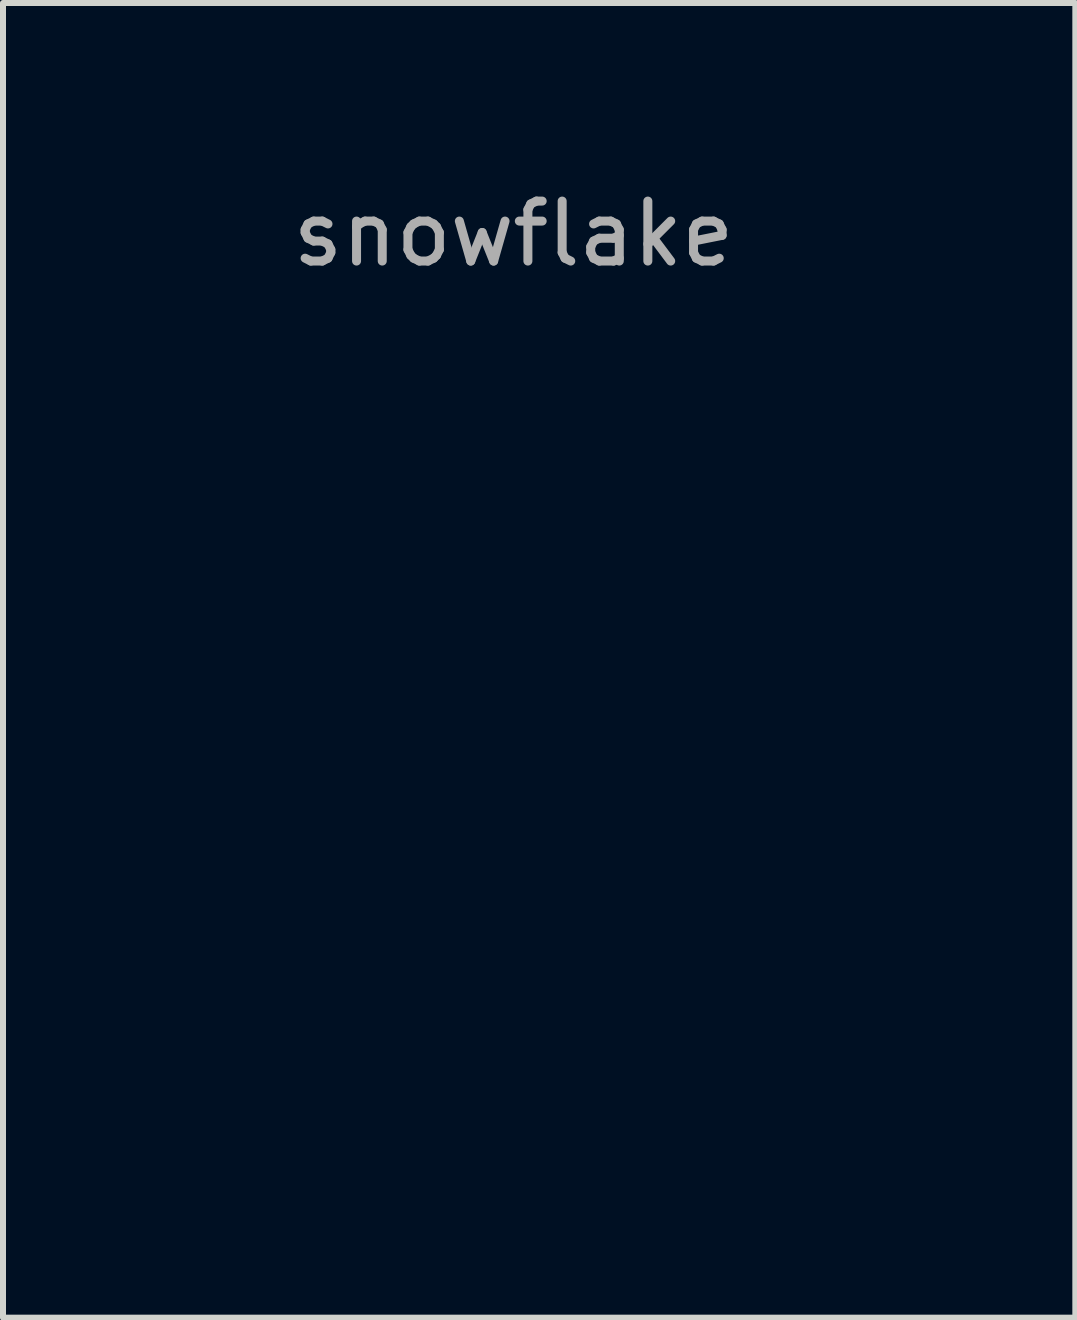
<source format=kicad_pcb>
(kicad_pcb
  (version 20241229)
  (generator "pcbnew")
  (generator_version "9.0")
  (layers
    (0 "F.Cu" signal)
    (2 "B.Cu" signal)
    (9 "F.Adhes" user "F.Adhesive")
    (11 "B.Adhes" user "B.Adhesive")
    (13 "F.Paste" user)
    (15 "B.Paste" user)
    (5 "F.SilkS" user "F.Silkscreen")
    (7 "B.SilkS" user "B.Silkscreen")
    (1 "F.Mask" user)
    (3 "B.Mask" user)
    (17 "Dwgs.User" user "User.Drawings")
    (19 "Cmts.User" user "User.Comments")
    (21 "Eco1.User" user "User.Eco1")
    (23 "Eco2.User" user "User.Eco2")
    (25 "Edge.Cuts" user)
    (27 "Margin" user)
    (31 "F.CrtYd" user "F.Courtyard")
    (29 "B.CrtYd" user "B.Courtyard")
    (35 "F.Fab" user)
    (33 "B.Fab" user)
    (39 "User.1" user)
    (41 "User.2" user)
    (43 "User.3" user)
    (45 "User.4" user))
  (footprint "snowflake"
    (layer "F.Cu")
    (at 5.514 0.348)
    (property "Reference" "snowflake" (at 0 0.5 0) (layer "F.Fab") (effects (font (size 1 1) (thickness 0.15))))
    (attr through_hole)
    (fp_poly (pts (xy 6.094 11.43) (xy 4.333 10.41) (xy 5.905 10.137) (xy 5.934 10.129) (xy 5.962 10.12) (xy 5.989 10.11) (xy 6.016 10.098) (xy 6.041 10.085) (xy 6.066 10.071) (xy 6.09 10.055) (xy 6.113 10.038) (xy 6.135 10.021) (xy 6.156 10.002) (xy 6.177 9.982) (xy 6.196 9.961) (xy 6.214 9.939) (xy 6.231 9.917) (xy 6.247 9.893) (xy 6.261 9.869) (xy 6.273 9.847) (xy 6.284 9.825) (xy 6.294 9.803) (xy 6.303 9.78) (xy 6.311 9.756) (xy 6.318 9.732) (xy 6.324 9.708) (xy 6.329 9.684) (xy 6.333 9.659) (xy 6.336 9.634) (xy 6.338 9.609) (xy 6.338 9.584) (xy 6.337 9.558) (xy 6.336 9.533) (xy 6.333 9.507) (xy 6.328 9.481) (xy 6.322 9.454) (xy 6.315 9.428) (xy 6.307 9.402) (xy 6.297 9.377) (xy 6.287 9.352) (xy 6.275 9.329) (xy 6.262 9.306) (xy 6.248 9.284) (xy 6.233 9.263) (xy 6.217 9.242) (xy 6.2 9.223) (xy 6.182 9.205) (xy 6.164 9.187) (xy 6.144 9.171) (xy 6.124 9.155) (xy 6.103 9.141) (xy 6.082 9.128) (xy 6.06 9.115) (xy 6.037 9.104) (xy 6.013 9.094) (xy 5.99 9.085) (xy 5.965 9.078) (xy 5.94 9.071) (xy 5.915 9.066) (xy 5.89 9.062) (xy 5.864 9.059) (xy 5.837 9.058) (xy 5.811 9.058) (xy 5.784 9.06) (xy 5.757 9.062) (xy 5.73 9.067) (xy 5.703 9.072) (xy 3.443 9.895) (xy 1.27 8.786) (xy 3.443 7.677) (xy 5.703 8.5) (xy 5.73 8.506) (xy 5.757 8.51) (xy 5.784 8.513) (xy 5.811 8.514) (xy 5.837 8.514) (xy 5.864 8.513) (xy 5.89 8.51) (xy 5.915 8.506) (xy 5.94 8.501) (xy 5.965 8.495) (xy 5.99 8.487) (xy 6.014 8.478) (xy 6.037 8.468) (xy 6.06 8.457) (xy 6.082 8.445) (xy 6.103 8.431) (xy 6.124 8.417) (xy 6.144 8.401) (xy 6.164 8.385) (xy 6.182 8.367) (xy 6.2 8.349) (xy 6.217 8.33) (xy 6.233 8.31) (xy 6.248 8.288) (xy 6.262 8.266) (xy 6.275 8.244) (xy 6.287 8.22) (xy 6.297 8.196) (xy 6.307 8.17) (xy 6.315 8.145) (xy 6.322 8.118) (xy 6.328 8.091) (xy 6.333 8.063) (xy 6.336 8.036) (xy 6.338 8.008) (xy 6.338 7.981) (xy 6.337 7.954) (xy 6.335 7.927) (xy 6.331 7.9) (xy 6.326 7.874) (xy 6.32 7.848) (xy 6.313 7.822) (xy 6.305 7.797) (xy 6.295 7.772) (xy 6.285 7.748) (xy 6.273 7.724) (xy 6.26 7.701) (xy 6.246 7.678) (xy 6.231 7.656) (xy 6.216 7.635) (xy 6.199 7.615) (xy 6.181 7.595) (xy 6.163 7.576) (xy 6.143 7.558) (xy 6.123 7.541) (xy 6.101 7.525) (xy 6.079 7.51) (xy 6.057 7.496) (xy 6.033 7.483) (xy 6.009 7.471) (xy 5.984 7.46) (xy 5.959 7.451) (xy 5.932 7.442) (xy 5.905 7.435) (xy 4.333 7.162) (xy 6.094 6.142) (xy 6.117 6.128) (xy 6.139 6.113) (xy 6.16 6.096) (xy 6.181 6.079) (xy 6.2 6.061) (xy 6.218 6.042) (xy 6.234 6.022) (xy 6.25 6.002) (xy 6.265 5.98) (xy 6.279 5.958) (xy 6.291 5.936) (xy 6.303 5.913) (xy 6.313 5.889) (xy 6.322 5.865) (xy 6.33 5.84) (xy 6.337 5.815) (xy 6.342 5.79) (xy 6.346 5.764) (xy 6.35 5.738) (xy 6.352 5.712) (xy 6.352 5.686) (xy 6.352 5.659) (xy 6.35 5.633) (xy 6.347 5.606) (xy 6.343 5.58) (xy 6.337 5.554) (xy 6.33 5.527) (xy 6.322 5.501) (xy 6.312 5.475) (xy 6.301 5.45) (xy 6.289 5.424) (xy 6.276 5.399) (xy 6.261 5.375) (xy 6.245 5.352) (xy 6.228 5.33) (xy 6.211 5.308) (xy 6.192 5.288) (xy 6.173 5.269) (xy 6.153 5.251) (xy 6.133 5.234) (xy 6.111 5.218) (xy 6.089 5.203) (xy 6.067 5.19) (xy 6.044 5.177) (xy 6.02 5.166) (xy 5.996 5.156) (xy 5.972 5.147) (xy 5.947 5.139) (xy 5.922 5.132) (xy 5.897 5.127) (xy 5.871 5.123) (xy 5.846 5.12) (xy 5.82 5.118) (xy 5.794 5.117) (xy 5.769 5.118) (xy 5.743 5.12) (xy 5.717 5.124) (xy 5.692 5.129) (xy 5.666 5.135) (xy 5.641 5.142) (xy 5.616 5.151) (xy 5.591 5.161) (xy 5.567 5.173) (xy 5.543 5.186) (xy 3.782 6.206) (xy 4.332 4.703) (xy 4.34 4.676) (xy 4.346 4.649) (xy 4.35 4.622) (xy 4.353 4.595) (xy 4.355 4.568) (xy 4.356 4.541) (xy 4.355 4.515) (xy 4.353 4.488) (xy 4.349 4.461) (xy 4.345 4.435) (xy 4.339 4.409) (xy 4.332 4.384) (xy 4.324 4.359) (xy 4.315 4.334) (xy 4.304 4.309) (xy 4.293 4.286) (xy 4.28 4.262) (xy 4.267 4.239) (xy 4.252 4.217) (xy 4.236 4.196) (xy 4.22 4.175) (xy 4.202 4.155) (xy 4.183 4.136) (xy 4.164 4.118) (xy 4.144 4.101) (xy 4.122 4.084) (xy 4.1 4.069) (xy 4.077 4.054) (xy 4.053 4.041) (xy 4.029 4.029) (xy 4.004 4.018) (xy 3.977 4.008) (xy 3.951 4) (xy 3.924 3.992) (xy 3.898 3.987) (xy 3.871 3.983) (xy 3.845 3.98) (xy 3.819 3.978) (xy 3.793 3.978) (xy 3.767 3.979) (xy 3.741 3.982) (xy 3.715 3.985) (xy 3.69 3.99) (xy 3.666 3.996) (xy 3.641 4.004) (xy 3.617 4.012) (xy 3.594 4.022) (xy 3.571 4.033) (xy 3.549 4.045) (xy 3.527 4.058) (xy 3.506 4.073) (xy 3.486 4.088) (xy 3.466 4.104) (xy 3.447 4.121) (xy 3.429 4.14) (xy 3.412 4.159) (xy 3.396 4.179) (xy 3.381 4.201) (xy 3.366 4.223) (xy 3.353 4.246) (xy 3.341 4.27) (xy 3.33 4.294) (xy 3.32 4.32) (xy 3.312 4.346) (xy 2.893 6.72) (xy 0.976 7.83) (xy 0.976 5.611) (xy 2.817 4.06) (xy 2.836 4.039) (xy 2.853 4.018) (xy 2.869 3.996) (xy 2.883 3.974) (xy 2.897 3.951) (xy 2.909 3.927) (xy 2.919 3.903) (xy 2.929 3.879) (xy 2.937 3.855) (xy 2.944 3.83) (xy 2.949 3.805) (xy 2.953 3.78) (xy 2.957 3.754) (xy 2.958 3.729) (xy 2.959 3.704) (xy 2.958 3.678) (xy 2.956 3.653) (xy 2.953 3.628) (xy 2.948 3.603) (xy 2.942 3.578) (xy 2.935 3.553) (xy 2.927 3.529) (xy 2.918 3.505) (xy 2.907 3.481) (xy 2.895 3.458) (xy 2.882 3.436) (xy 2.867 3.414) (xy 2.851 3.392) (xy 2.835 3.371) (xy 2.816 3.351) (xy 2.797 3.331) (xy 2.776 3.313) (xy 2.755 3.295) (xy 2.733 3.279) (xy 2.71 3.263) (xy 2.686 3.249) (xy 2.663 3.237) (xy 2.638 3.225) (xy 2.613 3.215) (xy 2.588 3.206) (xy 2.563 3.198) (xy 2.537 3.191) (xy 2.511 3.186) (xy 2.485 3.182) (xy 2.458 3.179) (xy 2.432 3.177) (xy 2.406 3.177) (xy 2.379 3.178) (xy 2.353 3.18) (xy 2.327 3.183) (xy 2.3 3.187) (xy 2.275 3.193) (xy 2.249 3.199) (xy 2.224 3.207) (xy 2.199 3.216) (xy 2.174 3.227) (xy 2.15 3.238) (xy 2.127 3.251) (xy 2.104 3.265) (xy 2.081 3.28) (xy 2.06 3.296) (xy 2.039 3.314) (xy 2.018 3.332) (xy 1.999 3.352) (xy 0.976 4.581) (xy 0.976 2.542) (xy 0.976 2.515) (xy 0.973 2.488) (xy 0.97 2.461) (xy 0.965 2.435) (xy 0.959 2.41) (xy 0.952 2.385) (xy 0.943 2.36) (xy 0.933 2.336) (xy 0.922 2.313) (xy 0.91 2.29) (xy 0.897 2.268) (xy 0.882 2.246) (xy 0.867 2.225) (xy 0.851 2.205) (xy 0.833 2.186) (xy 0.815 2.168) (xy 0.796 2.15) (xy 0.776 2.134) (xy 0.755 2.118) (xy 0.734 2.103) (xy 0.711 2.089) (xy 0.688 2.077) (xy 0.664 2.065) (xy 0.64 2.054) (xy 0.615 2.045) (xy 0.589 2.037) (xy 0.563 2.029) (xy 0.537 2.024) (xy 0.509 2.019) (xy 0.482 2.015) (xy 0.454 2.013) (xy 0.426 2.013) (xy 0.397 2.013) (xy 0.369 2.015) (xy 0.342 2.019) (xy 0.315 2.024) (xy 0.288 2.029) (xy 0.262 2.037) (xy 0.236 2.045) (xy 0.211 2.054) (xy 0.187 2.065) (xy 0.163 2.077) (xy 0.14 2.089) (xy 0.118 2.103) (xy 0.096 2.118) (xy 0.075 2.134) (xy 0.055 2.15) (xy 0.036 2.168) (xy 0.018 2.186) (xy 0.001 2.205) (xy -0.016 2.225) (xy -0.031 2.246) (xy -0.045 2.268) (xy -0.059 2.29) (xy -0.071 2.313) (xy -0.082 2.336) (xy -0.092 2.36) (xy -0.1 2.385) (xy -0.108 2.41) (xy -0.114 2.435) (xy -0.119 2.461) (xy -0.122 2.488) (xy -0.124 2.515) (xy -0.125 2.542) (xy -0.125 4.581) (xy -1.148 3.352) (xy -1.167 3.332) (xy -1.187 3.314) (xy -1.208 3.296) (xy -1.23 3.28) (xy -1.252 3.265) (xy -1.275 3.251) (xy -1.299 3.238) (xy -1.323 3.227) (xy -1.348 3.216) (xy -1.373 3.207) (xy -1.398 3.199) (xy -1.423 3.193) (xy -1.449 3.187) (xy -1.475 3.183) (xy -1.502 3.18) (xy -1.528 3.178) (xy -1.554 3.177) (xy -1.581 3.177) (xy -1.607 3.179) (xy -1.633 3.182) (xy -1.66 3.186) (xy -1.686 3.191) (xy -1.711 3.198) (xy -1.737 3.206) (xy -1.762 3.215) (xy -1.787 3.225) (xy -1.811 3.237) (xy -1.835 3.249) (xy -1.859 3.263) (xy -1.881 3.279) (xy -1.904 3.295) (xy -1.925 3.313) (xy -1.946 3.331) (xy -1.965 3.351) (xy -1.983 3.371) (xy -2 3.392) (xy -2.016 3.414) (xy -2.03 3.436) (xy -2.044 3.458) (xy -2.056 3.481) (xy -2.066 3.505) (xy -2.076 3.529) (xy -2.084 3.553) (xy -2.091 3.578) (xy -2.097 3.603) (xy -2.101 3.628) (xy -2.105 3.653) (xy -2.107 3.678) (xy -2.108 3.704) (xy -2.107 3.729) (xy -2.105 3.754) (xy -2.102 3.78) (xy -2.098 3.805) (xy -2.092 3.83) (xy -2.086 3.855) (xy -2.077 3.879) (xy -2.068 3.903) (xy -2.057 3.927) (xy -2.045 3.951) (xy -2.032 3.974) (xy -2.018 3.996) (xy -2.002 4.018) (xy -1.985 4.039) (xy -1.966 4.06) (xy -0.125 5.611) (xy -0.125 7.83) (xy -2.041 6.72) (xy -2.46 4.346) (xy -2.469 4.32) (xy -2.479 4.294) (xy -2.49 4.27) (xy -2.502 4.246) (xy -2.515 4.223) (xy -2.53 4.201) (xy -2.545 4.179) (xy -2.561 4.159) (xy -2.578 4.14) (xy -2.596 4.121) (xy -2.615 4.104) (xy -2.634 4.088) (xy -2.655 4.073) (xy -2.676 4.058) (xy -2.697 4.045) (xy -2.72 4.033) (xy -2.743 4.022) (xy -2.766 4.012) (xy -2.79 4.004) (xy -2.814 3.996) (xy -2.839 3.99) (xy -2.864 3.985) (xy -2.89 3.982) (xy -2.915 3.979) (xy -2.941 3.978) (xy -2.967 3.978) (xy -2.994 3.98) (xy -3.02 3.983) (xy -3.047 3.987) (xy -3.073 3.992) (xy -3.1 4) (xy -3.126 4.008) (xy -3.152 4.018) (xy -3.178 4.029) (xy -3.202 4.041) (xy -3.226 4.055) (xy -3.249 4.069) (xy -3.271 4.084) (xy -3.292 4.101) (xy -3.313 4.118) (xy -3.332 4.136) (xy -3.351 4.155) (xy -3.368 4.175) (xy -3.385 4.196) (xy -3.401 4.217) (xy -3.415 4.24) (xy -3.429 4.262) (xy -3.442 4.286) (xy -3.453 4.309) (xy -3.464 4.334) (xy -3.473 4.359) (xy -3.481 4.384) (xy -3.488 4.409) (xy -3.494 4.435) (xy -3.498 4.462) (xy -3.502 4.488) (xy -3.504 4.515) (xy -3.504 4.541) (xy -3.504 4.568) (xy -3.502 4.595) (xy -3.499 4.622) (xy -3.494 4.649) (xy -3.488 4.676) (xy -3.481 4.703) (xy -2.931 6.206) (xy -4.692 5.186) (xy -4.716 5.173) (xy -4.74 5.161) (xy -4.765 5.151) (xy -4.79 5.142) (xy -4.815 5.135) (xy -4.84 5.129) (xy -4.866 5.124) (xy -4.892 5.12) (xy -4.917 5.118) (xy -4.943 5.117) (xy -4.969 5.118) (xy -4.995 5.12) (xy -5.02 5.123) (xy -5.046 5.127) (xy -5.071 5.132) (xy -5.096 5.139) (xy -5.121 5.147) (xy -5.145 5.156) (xy -5.169 5.166) (xy -5.192 5.177) (xy -5.215 5.19) (xy -5.238 5.203) (xy -5.26 5.218) (xy -5.281 5.234) (xy -5.302 5.251) (xy -5.322 5.269) (xy -5.341 5.288) (xy -5.36 5.308) (xy -5.377 5.33) (xy -5.394 5.352) (xy -5.41 5.375) (xy -5.424 5.399) (xy -5.438 5.424) (xy -5.45 5.45) (xy -5.461 5.475) (xy -5.471 5.501) (xy -5.479 5.527) (xy -5.486 5.554) (xy -5.491 5.58) (xy -5.496 5.606) (xy -5.499 5.633) (xy -5.501 5.659) (xy -5.501 5.686) (xy -5.5 5.712) (xy -5.498 5.738) (xy -5.495 5.764) (xy -5.491 5.79) (xy -5.485 5.815) (xy -5.479 5.84) (xy -5.471 5.865) (xy -5.461 5.889) (xy -5.451 5.913) (xy -5.44 5.936) (xy -5.427 5.958) (xy -5.414 5.98) (xy -5.399 6.002) (xy -5.383 6.022) (xy -5.366 6.042) (xy -5.348 6.061) (xy -5.329 6.079) (xy -5.309 6.096) (xy -5.288 6.113) (xy -5.266 6.128) (xy -5.243 6.142) (xy -3.481 7.162) (xy -5.054 7.435) (xy -5.081 7.442) (xy -5.107 7.451) (xy -5.133 7.46) (xy -5.158 7.471) (xy -5.182 7.483) (xy -5.205 7.496) (xy -5.228 7.51) (xy -5.25 7.525) (xy -5.271 7.541) (xy -5.292 7.558) (xy -5.311 7.576) (xy -5.33 7.595) (xy -5.348 7.615) (xy -5.364 7.635) (xy -5.38 7.656) (xy -5.395 7.678) (xy -5.409 7.701) (xy -5.422 7.724) (xy -5.433 7.748) (xy -5.444 7.772) (xy -5.454 7.797) (xy -5.462 7.822) (xy -5.469 7.848) (xy -5.475 7.874) (xy -5.48 7.9) (xy -5.484 7.927) (xy -5.486 7.954) (xy -5.487 7.981) (xy -5.486 8.008) (xy -5.485 8.036) (xy -5.482 8.063) (xy -5.477 8.091) (xy -5.471 8.118) (xy -5.464 8.145) (xy -5.456 8.171) (xy -5.446 8.196) (xy -5.435 8.22) (xy -5.423 8.244) (xy -5.411 8.266) (xy -5.397 8.288) (xy -5.382 8.31) (xy -5.366 8.33) (xy -5.349 8.349) (xy -5.331 8.368) (xy -5.312 8.385) (xy -5.293 8.401) (xy -5.273 8.417) (xy -5.252 8.431) (xy -5.231 8.445) (xy -5.208 8.457) (xy -5.186 8.468) (xy -5.162 8.478) (xy -5.138 8.487) (xy -5.114 8.495) (xy -5.089 8.501) (xy -5.064 8.506) (xy -5.038 8.51) (xy -5.012 8.513) (xy -4.986 8.514) (xy -4.96 8.514) (xy -4.933 8.513) (xy -4.906 8.51) (xy -4.879 8.506) (xy -4.852 8.5) (xy -2.592 7.677) (xy -0.419 8.786) (xy -2.592 9.895) (xy -4.852 9.072) (xy -4.879 9.066) (xy -4.906 9.062) (xy -4.933 9.06) (xy -4.96 9.058) (xy -4.986 9.058) (xy -5.012 9.059) (xy -5.038 9.062) (xy -5.064 9.066) (xy -5.089 9.071) (xy -5.114 9.078) (xy -5.138 9.085) (xy -5.162 9.094) (xy -5.186 9.104) (xy -5.208 9.115) (xy -5.231 9.128) (xy -5.252 9.141) (xy -5.273 9.155) (xy -5.293 9.171) (xy -5.313 9.187) (xy -5.331 9.205) (xy -5.349 9.223) (xy -5.366 9.242) (xy -5.382 9.263) (xy -5.397 9.284) (xy -5.411 9.306) (xy -5.423 9.329) (xy -5.435 9.352) (xy -5.446 9.377) (xy -5.456 9.402) (xy -5.464 9.428) (xy -5.471 9.454) (xy -5.477 9.481) (xy -5.482 9.509) (xy -5.485 9.536) (xy -5.486 9.564) (xy -5.487 9.591) (xy -5.486 9.618) (xy -5.484 9.645) (xy -5.48 9.672) (xy -5.475 9.698) (xy -5.469 9.724) (xy -5.462 9.75) (xy -5.454 9.775) (xy -5.444 9.8) (xy -5.433 9.824) (xy -5.422 9.848) (xy -5.409 9.871) (xy -5.395 9.894) (xy -5.38 9.916) (xy -5.364 9.937) (xy -5.348 9.957) (xy -5.33 9.977) (xy -5.311 9.996) (xy -5.292 10.014) (xy -5.271 10.031) (xy -5.25 10.047) (xy -5.228 10.062) (xy -5.206 10.076) (xy -5.182 10.089) (xy -5.158 10.101) (xy -5.133 10.112) (xy -5.107 10.122) (xy -5.081 10.13) (xy -5.054 10.137) (xy -3.481 10.41) (xy -5.243 11.43) (xy -5.266 11.444) (xy -5.288 11.459) (xy -5.309 11.476) (xy -5.329 11.493) (xy -5.348 11.511) (xy -5.366 11.53) (xy -5.383 11.55) (xy -5.399 11.571) (xy -5.414 11.592) (xy -5.427 11.614) (xy -5.44 11.636) (xy -5.451 11.66) (xy -5.462 11.683) (xy -5.471 11.707) (xy -5.479 11.732) (xy -5.485 11.757) (xy -5.491 11.782) (xy -5.495 11.808) (xy -5.498 11.834) (xy -5.5 11.86) (xy -5.501 11.886) (xy -5.501 11.913) (xy -5.499 11.939) (xy -5.496 11.966) (xy -5.491 11.992) (xy -5.486 12.019) (xy -5.479 12.045) (xy -5.471 12.071) (xy -5.461 12.097) (xy -5.45 12.123) (xy -5.438 12.148) (xy -5.424 12.173) (xy -5.41 12.197) (xy -5.394 12.22) (xy -5.377 12.243) (xy -5.36 12.264) (xy -5.341 12.284) (xy -5.322 12.303) (xy -5.302 12.321) (xy -5.281 12.338) (xy -5.26 12.354) (xy -5.238 12.369) (xy -5.215 12.382) (xy -5.192 12.395) (xy -5.169 12.406) (xy -5.145 12.417) (xy -5.121 12.426) (xy -5.096 12.433) (xy -5.071 12.44) (xy -5.046 12.445) (xy -5.02 12.45) (xy -4.995 12.453) (xy -4.969 12.454) (xy -4.943 12.455) (xy -4.917 12.454) (xy -4.892 12.452) (xy -4.866 12.448) (xy -4.84 12.444) (xy -4.815 12.437) (xy -4.79 12.43) (xy -4.765 12.421) (xy -4.74 12.411) (xy -4.716 12.399) (xy -4.692 12.386) (xy -2.931 11.367) (xy -3.481 12.869) (xy -3.489 12.898) (xy -3.495 12.927) (xy -3.5 12.955) (xy -3.503 12.984) (xy -3.504 13.013) (xy -3.504 13.042) (xy -3.503 13.07) (xy -3.5 13.099) (xy -3.496 13.127) (xy -3.49 13.155) (xy -3.483 13.182) (xy -3.474 13.209) (xy -3.464 13.236) (xy -3.453 13.262) (xy -3.441 13.287) (xy -3.428 13.312) (xy -3.415 13.333) (xy -3.401 13.354) (xy -3.387 13.374) (xy -3.371 13.393) (xy -3.355 13.412) (xy -3.338 13.43) (xy -3.32 13.447) (xy -3.302 13.464) (xy -3.282 13.48) (xy -3.262 13.494) (xy -3.241 13.508) (xy -3.219 13.521) (xy -3.197 13.534) (xy -3.174 13.545) (xy -3.151 13.555) (xy -3.126 13.564) (xy -3.1 13.573) (xy -3.073 13.58) (xy -3.047 13.585) (xy -3.02 13.59) (xy -2.994 13.592) (xy -2.967 13.594) (xy -2.941 13.594) (xy -2.915 13.593) (xy -2.89 13.591) (xy -2.864 13.587) (xy -2.839 13.582) (xy -2.814 13.576) (xy -2.79 13.568) (xy -2.766 13.56) (xy -2.743 13.55) (xy -2.72 13.539) (xy -2.697 13.527) (xy -2.676 13.514) (xy -2.655 13.5) (xy -2.634 13.484) (xy -2.615 13.468) (xy -2.596 13.451) (xy -2.578 13.432) (xy -2.561 13.413) (xy -2.545 13.393) (xy -2.529 13.372) (xy -2.515 13.35) (xy -2.502 13.327) (xy -2.49 13.303) (xy -2.479 13.278) (xy -2.469 13.252) (xy -2.46 13.226) (xy -2.041 10.852) (xy -0.125 9.742) (xy -0.125 11.961) (xy -1.966 13.512) (xy -1.985 13.533) (xy -2.002 13.554) (xy -2.018 13.576) (xy -2.032 13.599) (xy -2.045 13.622) (xy -2.057 13.645) (xy -2.068 13.669) (xy -2.077 13.693) (xy -2.086 13.718) (xy -2.092 13.742) (xy -2.098 13.767) (xy -2.102 13.792) (xy -2.105 13.818) (xy -2.107 13.843) (xy -2.108 13.869) (xy -2.107 13.894) (xy -2.105 13.919) (xy -2.101 13.944) (xy -2.097 13.969) (xy -2.091 13.994) (xy -2.084 14.019) (xy -2.076 14.043) (xy -2.066 14.067) (xy -2.056 14.091) (xy -2.044 14.114) (xy -2.03 14.136) (xy -2.016 14.159) (xy -2 14.18) (xy -1.983 14.201) (xy -1.965 14.221) (xy -1.946 14.241) (xy -1.925 14.259) (xy -1.904 14.277) (xy -1.881 14.294) (xy -1.859 14.309) (xy -1.835 14.323) (xy -1.811 14.336) (xy -1.787 14.347) (xy -1.762 14.357) (xy -1.737 14.366) (xy -1.711 14.374) (xy -1.686 14.381) (xy -1.66 14.386) (xy -1.633 14.39) (xy -1.607 14.393) (xy -1.581 14.395) (xy -1.554 14.395) (xy -1.528 14.395) (xy -1.502 14.393) (xy -1.475 14.389) (xy -1.449 14.385) (xy -1.423 14.38) (xy -1.398 14.373) (xy -1.373 14.365) (xy -1.348 14.356) (xy -1.323 14.345) (xy -1.299 14.334) (xy -1.275 14.321) (xy -1.252 14.307) (xy -1.23 14.292) (xy -1.208 14.276) (xy -1.187 14.258) (xy -1.167 14.24) (xy -1.148 14.22) (xy -0.125 12.991) (xy -0.125 15.03) (xy -0.124 15.057) (xy -0.122 15.084) (xy -0.119 15.111) (xy -0.114 15.137) (xy -0.108 15.163) (xy -0.1 15.188) (xy -0.092 15.212) (xy -0.082 15.236) (xy -0.071 15.26) (xy -0.059 15.283) (xy -0.045 15.305) (xy -0.031 15.326) (xy -0.016 15.347) (xy 0.001 15.367) (xy 0.018 15.386) (xy 0.036 15.404) (xy 0.055 15.422) (xy 0.075 15.439) (xy 0.096 15.454) (xy 0.118 15.469) (xy 0.14 15.483) (xy 0.163 15.496) (xy 0.187 15.507) (xy 0.211 15.518) (xy 0.236 15.527) (xy 0.262 15.536) (xy 0.288 15.543) (xy 0.315 15.549) (xy 0.342 15.553) (xy 0.369 15.557) (xy 0.397 15.559) (xy 0.426 15.559) (xy 0.454 15.559) (xy 0.482 15.557) (xy 0.509 15.553) (xy 0.537 15.549) (xy 0.563 15.543) (xy 0.589 15.536) (xy 0.615 15.527) (xy 0.64 15.518) (xy 0.664 15.507) (xy 0.688 15.496) (xy 0.711 15.483) (xy 0.734 15.469) (xy 0.755 15.454) (xy 0.776 15.439) (xy 0.796 15.422) (xy 0.815 15.404) (xy 0.833 15.386) (xy 0.851 15.367) (xy 0.867 15.347) (xy 0.882 15.326) (xy 0.897 15.305) (xy 0.91 15.283) (xy 0.922 15.26) (xy 0.933 15.236) (xy 0.943 15.212) (xy 0.952 15.188) (xy 0.959 15.163) (xy 0.965 15.137) (xy 0.97 15.111) (xy 0.973 15.084) (xy 0.976 15.057) (xy 0.976 15.03) (xy 0.976 12.991) (xy 1.999 14.22) (xy 2.02 14.241) (xy 2.041 14.261) (xy 2.064 14.279) (xy 2.087 14.296) (xy 2.112 14.312) (xy 2.136 14.327) (xy 2.162 14.34) (xy 2.188 14.351) (xy 2.214 14.362) (xy 2.241 14.37) (xy 2.268 14.378) (xy 2.296 14.384) (xy 2.324 14.389) (xy 2.352 14.393) (xy 2.38 14.395) (xy 2.408 14.395) (xy 2.433 14.395) (xy 2.457 14.393) (xy 2.482 14.391) (xy 2.506 14.387) (xy 2.531 14.382) (xy 2.555 14.376) (xy 2.579 14.369) (xy 2.602 14.361) (xy 2.625 14.352) (xy 2.648 14.342) (xy 2.671 14.331) (xy 2.693 14.319) (xy 2.715 14.306) (xy 2.736 14.291) (xy 2.756 14.276) (xy 2.776 14.259) (xy 2.797 14.241) (xy 2.816 14.221) (xy 2.835 14.201) (xy 2.851 14.18) (xy 2.867 14.159) (xy 2.882 14.136) (xy 2.895 14.114) (xy 2.907 14.091) (xy 2.918 14.067) (xy 2.927 14.043) (xy 2.935 14.019) (xy 2.942 13.994) (xy 2.948 13.969) (xy 2.953 13.944) (xy 2.956 13.919) (xy 2.958 13.894) (xy 2.959 13.869) (xy 2.958 13.843) (xy 2.957 13.818) (xy 2.953 13.792) (xy 2.949 13.767) (xy 2.944 13.742) (xy 2.937 13.718) (xy 2.929 13.693) (xy 2.919 13.669) (xy 2.909 13.645) (xy 2.897 13.622) (xy 2.883 13.599) (xy 2.869 13.576) (xy 2.853 13.554) (xy 2.836 13.533) (xy 2.817 13.512) (xy 0.976 11.961) (xy 0.976 9.742) (xy 2.892 10.852) (xy 3.312 13.226) (xy 3.32 13.252) (xy 3.33 13.278) (xy 3.341 13.303) (xy 3.353 13.327) (xy 3.366 13.35) (xy 3.381 13.372) (xy 3.396 13.393) (xy 3.412 13.413) (xy 3.429 13.432) (xy 3.447 13.451) (xy 3.466 13.468) (xy 3.486 13.484) (xy 3.506 13.5) (xy 3.527 13.514) (xy 3.549 13.527) (xy 3.571 13.539) (xy 3.594 13.55) (xy 3.617 13.56) (xy 3.641 13.568) (xy 3.666 13.576) (xy 3.69 13.582) (xy 3.715 13.587) (xy 3.741 13.591) (xy 3.767 13.593) (xy 3.792 13.594) (xy 3.819 13.594) (xy 3.845 13.592) (xy 3.871 13.59) (xy 3.898 13.585) (xy 3.924 13.58) (xy 3.951 13.573) (xy 3.977 13.564) (xy 4.003 13.554) (xy 4.029 13.543) (xy 4.053 13.531) (xy 4.077 13.518) (xy 4.1 13.503) (xy 4.122 13.488) (xy 4.143 13.471) (xy 4.164 13.454) (xy 4.183 13.436) (xy 4.202 13.417) (xy 4.22 13.397) (xy 4.236 13.376) (xy 4.252 13.355) (xy 4.267 13.333) (xy 4.28 13.31) (xy 4.293 13.287) (xy 4.304 13.263) (xy 4.315 13.238) (xy 4.324 13.214) (xy 4.332 13.188) (xy 4.339 13.163) (xy 4.345 13.137) (xy 4.349 13.111) (xy 4.353 13.084) (xy 4.355 13.058) (xy 4.356 13.031) (xy 4.355 13.004) (xy 4.353 12.977) (xy 4.35 12.95) (xy 4.346 12.923) (xy 4.34 12.896) (xy 4.332 12.869) (xy 3.782 11.367) (xy 5.543 12.386) (xy 5.567 12.399) (xy 5.591 12.411) (xy 5.616 12.421) (xy 5.641 12.43) (xy 5.666 12.437) (xy 5.692 12.444) (xy 5.717 12.448) (xy 5.743 12.452) (xy 5.769 12.454) (xy 5.794 12.455) (xy 5.82 12.454) (xy 5.846 12.453) (xy 5.871 12.45) (xy 5.897 12.445) (xy 5.922 12.44) (xy 5.947 12.433) (xy 5.972 12.426) (xy 5.996 12.417) (xy 6.02 12.406) (xy 6.044 12.395) (xy 6.067 12.382) (xy 6.089 12.369) (xy 6.111 12.354) (xy 6.133 12.338) (xy 6.153 12.321) (xy 6.173 12.303) (xy 6.192 12.284) (xy 6.211 12.264) (xy 6.228 12.243) (xy 6.245 12.22) (xy 6.261 12.197) (xy 6.276 12.173) (xy 6.289 12.148) (xy 6.301 12.122) (xy 6.312 12.097) (xy 6.322 12.071) (xy 6.33 12.045) (xy 6.337 12.019) (xy 6.343 11.992) (xy 6.347 11.966) (xy 6.35 11.939) (xy 6.352 11.913) (xy 6.352 11.886) (xy 6.352 11.86) (xy 6.35 11.834) (xy 6.346 11.808) (xy 6.342 11.782) (xy 6.336 11.757) (xy 6.33 11.732) (xy 6.322 11.707) (xy 6.313 11.683) (xy 6.302 11.66) (xy 6.291 11.636) (xy 6.279 11.614) (xy 6.265 11.592) (xy 6.25 11.571) (xy 6.234 11.55) (xy 6.218 11.53) (xy 6.2 11.511) (xy 6.18 11.493) (xy 6.16 11.476) (xy 6.139 11.46) (xy 6.117 11.444) (xy 6.094 11.43)) (stroke (width 0.026) (type solid)) (fill yes) (layer "B.Mask")))
  (gr_rect
    (start -3 -3)
    (end 14.88 18.921)
    (stroke (width 0.1) (type default))
    (fill no)
    (layer "Edge.Cuts")))
</source>
